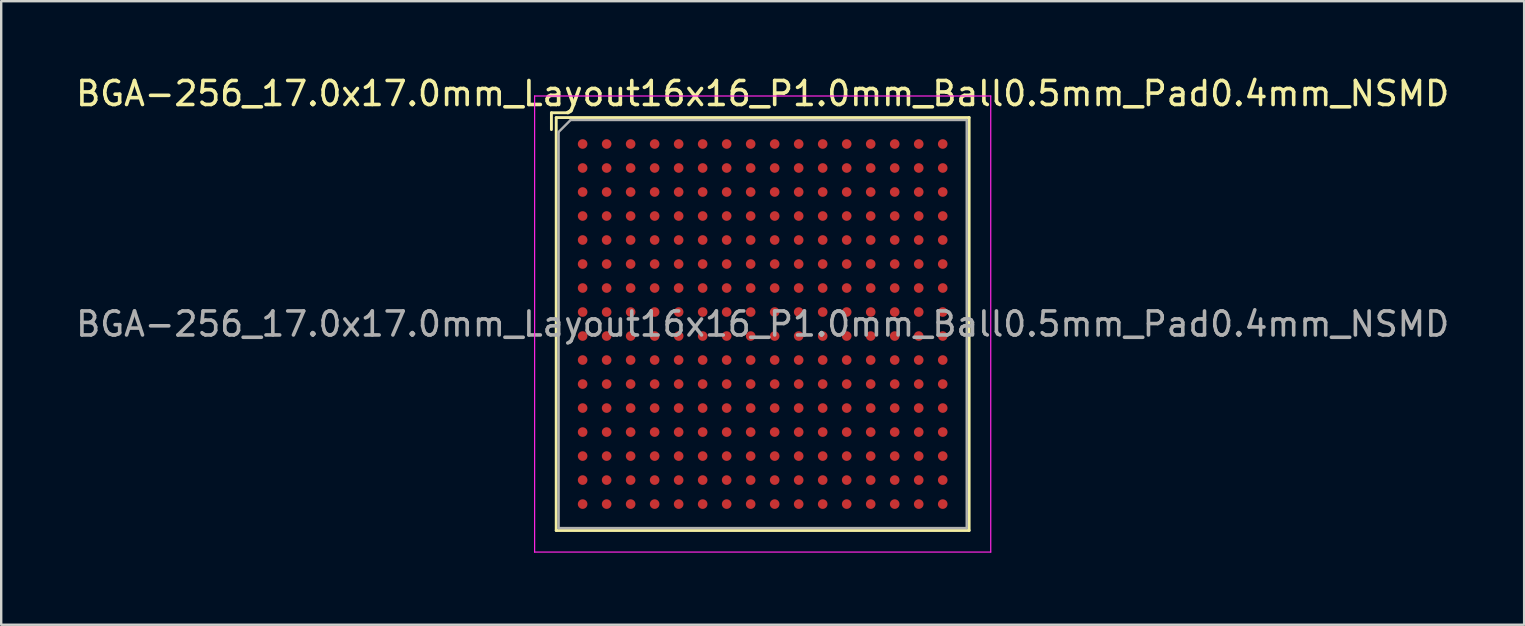
<source format=kicad_pcb>
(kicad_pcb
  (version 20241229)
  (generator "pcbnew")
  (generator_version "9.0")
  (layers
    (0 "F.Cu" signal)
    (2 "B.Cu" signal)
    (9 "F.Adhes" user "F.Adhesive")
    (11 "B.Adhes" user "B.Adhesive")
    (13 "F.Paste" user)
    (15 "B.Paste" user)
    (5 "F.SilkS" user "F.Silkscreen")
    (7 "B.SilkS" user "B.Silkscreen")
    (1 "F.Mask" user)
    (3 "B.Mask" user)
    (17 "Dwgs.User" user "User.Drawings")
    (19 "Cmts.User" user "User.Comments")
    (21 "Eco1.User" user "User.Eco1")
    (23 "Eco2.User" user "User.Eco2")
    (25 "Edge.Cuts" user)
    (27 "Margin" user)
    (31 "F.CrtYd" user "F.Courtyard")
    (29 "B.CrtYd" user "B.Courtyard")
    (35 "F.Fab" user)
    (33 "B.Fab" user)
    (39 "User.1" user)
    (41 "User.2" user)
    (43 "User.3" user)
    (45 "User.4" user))
  (footprint "BGA-256_17.0x17.0mm_Layout16x16_P1.0mm_Ball0.5mm_Pad0.4mm_NSMD"
    (layer "F.Cu")
    (at 28.72 10.448)
    (property "Reference" "BGA-256_17.0x17.0mm_Layout16x16_P1.0mm_Ball0.5mm_Pad0.4mm_NSMD" (at 0 -9.6 0) (layer "F.SilkS") (effects (font (size 1 1) (thickness 0.15))))
    (attr smd)
    (fp_line (start -8.8 -8.8) (end -8.8 -8.1) (stroke (width 0.12) (type solid)) (layer "F.SilkS"))
    (fp_line (start -8.6 -8.6) (end -8.6 8.6) (stroke (width 0.12) (type solid)) (layer "F.SilkS"))
    (fp_line (start -8.6 8.6) (end 8.6 8.6) (stroke (width 0.12) (type solid)) (layer "F.SilkS"))
    (fp_line (start -8.1 -8.8) (end -8.8 -8.8) (stroke (width 0.12) (type solid)) (layer "F.SilkS"))
    (fp_line (start 8.6 -8.6) (end -8.6 -8.6) (stroke (width 0.12) (type solid)) (layer "F.SilkS"))
    (fp_line (start 8.6 8.6) (end 8.6 -8.6) (stroke (width 0.12) (type solid)) (layer "F.SilkS"))
    (fp_line (start -9.5 -9.5) (end -9.5 9.5) (stroke (width 0.05) (type solid)) (layer "F.CrtYd"))
    (fp_line (start -9.5 -9.5) (end 9.5 -9.5) (stroke (width 0.05) (type solid)) (layer "F.CrtYd"))
    (fp_line (start 9.5 9.5) (end -9.5 9.5) (stroke (width 0.05) (type solid)) (layer "F.CrtYd"))
    (fp_line (start 9.5 9.5) (end 9.5 -9.5) (stroke (width 0.05) (type solid)) (layer "F.CrtYd"))
    (fp_line (start -8.5 -8) (end -8.5 8.5) (stroke (width 0.1) (type solid)) (layer "F.Fab"))
    (fp_line (start -8.5 8.5) (end 8.5 8.5) (stroke (width 0.1) (type solid)) (layer "F.Fab"))
    (fp_line (start -8 -8.5) (end -8.5 -8) (stroke (width 0.1) (type solid)) (layer "F.Fab"))
    (fp_line (start 8.5 -8.5) (end -8 -8.5) (stroke (width 0.1) (type solid)) (layer "F.Fab"))
    (fp_line (start 8.5 8.5) (end 8.5 -8.5) (stroke (width 0.1) (type solid)) (layer "F.Fab"))
    (fp_text user "${REFERENCE}" (at 0 0 0) (layer "F.Fab") (effects (font (size 1 1) (thickness 0.15))))
    (pad "A1" smd circle (at -7.5 -7.5) (size 0.4 0.4) (layers "F.Cu" "F.Mask" "F.Paste"))
    (pad "A2" smd circle (at -6.5 -7.5) (size 0.4 0.4) (layers "F.Cu" "F.Mask" "F.Paste"))
    (pad "A3" smd circle (at -5.5 -7.5) (size 0.4 0.4) (layers "F.Cu" "F.Mask" "F.Paste"))
    (pad "A4" smd circle (at -4.5 -7.5) (size 0.4 0.4) (layers "F.Cu" "F.Mask" "F.Paste"))
    (pad "A5" smd circle (at -3.5 -7.5) (size 0.4 0.4) (layers "F.Cu" "F.Mask" "F.Paste"))
    (pad "A6" smd circle (at -2.5 -7.5) (size 0.4 0.4) (layers "F.Cu" "F.Mask" "F.Paste"))
    (pad "A7" smd circle (at -1.5 -7.5) (size 0.4 0.4) (layers "F.Cu" "F.Mask" "F.Paste"))
    (pad "A8" smd circle (at -0.5 -7.5) (size 0.4 0.4) (layers "F.Cu" "F.Mask" "F.Paste"))
    (pad "A9" smd circle (at 0.5 -7.5) (size 0.4 0.4) (layers "F.Cu" "F.Mask" "F.Paste"))
    (pad "A10" smd circle (at 1.5 -7.5) (size 0.4 0.4) (layers "F.Cu" "F.Mask" "F.Paste"))
    (pad "A11" smd circle (at 2.5 -7.5) (size 0.4 0.4) (layers "F.Cu" "F.Mask" "F.Paste"))
    (pad "A12" smd circle (at 3.5 -7.5) (size 0.4 0.4) (layers "F.Cu" "F.Mask" "F.Paste"))
    (pad "A13" smd circle (at 4.5 -7.5) (size 0.4 0.4) (layers "F.Cu" "F.Mask" "F.Paste"))
    (pad "A14" smd circle (at 5.5 -7.5) (size 0.4 0.4) (layers "F.Cu" "F.Mask" "F.Paste"))
    (pad "A15" smd circle (at 6.5 -7.5) (size 0.4 0.4) (layers "F.Cu" "F.Mask" "F.Paste"))
    (pad "A16" smd circle (at 7.5 -7.5) (size 0.4 0.4) (layers "F.Cu" "F.Mask" "F.Paste"))
    (pad "B1" smd circle (at -7.5 -6.5) (size 0.4 0.4) (layers "F.Cu" "F.Mask" "F.Paste"))
    (pad "B2" smd circle (at -6.5 -6.5) (size 0.4 0.4) (layers "F.Cu" "F.Mask" "F.Paste"))
    (pad "B3" smd circle (at -5.5 -6.5) (size 0.4 0.4) (layers "F.Cu" "F.Mask" "F.Paste"))
    (pad "B4" smd circle (at -4.5 -6.5) (size 0.4 0.4) (layers "F.Cu" "F.Mask" "F.Paste"))
    (pad "B5" smd circle (at -3.5 -6.5) (size 0.4 0.4) (layers "F.Cu" "F.Mask" "F.Paste"))
    (pad "B6" smd circle (at -2.5 -6.5) (size 0.4 0.4) (layers "F.Cu" "F.Mask" "F.Paste"))
    (pad "B7" smd circle (at -1.5 -6.5) (size 0.4 0.4) (layers "F.Cu" "F.Mask" "F.Paste"))
    (pad "B8" smd circle (at -0.5 -6.5) (size 0.4 0.4) (layers "F.Cu" "F.Mask" "F.Paste"))
    (pad "B9" smd circle (at 0.5 -6.5) (size 0.4 0.4) (layers "F.Cu" "F.Mask" "F.Paste"))
    (pad "B10" smd circle (at 1.5 -6.5) (size 0.4 0.4) (layers "F.Cu" "F.Mask" "F.Paste"))
    (pad "B11" smd circle (at 2.5 -6.5) (size 0.4 0.4) (layers "F.Cu" "F.Mask" "F.Paste"))
    (pad "B12" smd circle (at 3.5 -6.5) (size 0.4 0.4) (layers "F.Cu" "F.Mask" "F.Paste"))
    (pad "B13" smd circle (at 4.5 -6.5) (size 0.4 0.4) (layers "F.Cu" "F.Mask" "F.Paste"))
    (pad "B14" smd circle (at 5.5 -6.5) (size 0.4 0.4) (layers "F.Cu" "F.Mask" "F.Paste"))
    (pad "B15" smd circle (at 6.5 -6.5) (size 0.4 0.4) (layers "F.Cu" "F.Mask" "F.Paste"))
    (pad "B16" smd circle (at 7.5 -6.5) (size 0.4 0.4) (layers "F.Cu" "F.Mask" "F.Paste"))
    (pad "C1" smd circle (at -7.5 -5.5) (size 0.4 0.4) (layers "F.Cu" "F.Mask" "F.Paste"))
    (pad "C2" smd circle (at -6.5 -5.5) (size 0.4 0.4) (layers "F.Cu" "F.Mask" "F.Paste"))
    (pad "C3" smd circle (at -5.5 -5.5) (size 0.4 0.4) (layers "F.Cu" "F.Mask" "F.Paste"))
    (pad "C4" smd circle (at -4.5 -5.5) (size 0.4 0.4) (layers "F.Cu" "F.Mask" "F.Paste"))
    (pad "C5" smd circle (at -3.5 -5.5) (size 0.4 0.4) (layers "F.Cu" "F.Mask" "F.Paste"))
    (pad "C6" smd circle (at -2.5 -5.5) (size 0.4 0.4) (layers "F.Cu" "F.Mask" "F.Paste"))
    (pad "C7" smd circle (at -1.5 -5.5) (size 0.4 0.4) (layers "F.Cu" "F.Mask" "F.Paste"))
    (pad "C8" smd circle (at -0.5 -5.5) (size 0.4 0.4) (layers "F.Cu" "F.Mask" "F.Paste"))
    (pad "C9" smd circle (at 0.5 -5.5) (size 0.4 0.4) (layers "F.Cu" "F.Mask" "F.Paste"))
    (pad "C10" smd circle (at 1.5 -5.5) (size 0.4 0.4) (layers "F.Cu" "F.Mask" "F.Paste"))
    (pad "C11" smd circle (at 2.5 -5.5) (size 0.4 0.4) (layers "F.Cu" "F.Mask" "F.Paste"))
    (pad "C12" smd circle (at 3.5 -5.5) (size 0.4 0.4) (layers "F.Cu" "F.Mask" "F.Paste"))
    (pad "C13" smd circle (at 4.5 -5.5) (size 0.4 0.4) (layers "F.Cu" "F.Mask" "F.Paste"))
    (pad "C14" smd circle (at 5.5 -5.5) (size 0.4 0.4) (layers "F.Cu" "F.Mask" "F.Paste"))
    (pad "C15" smd circle (at 6.5 -5.5) (size 0.4 0.4) (layers "F.Cu" "F.Mask" "F.Paste"))
    (pad "C16" smd circle (at 7.5 -5.5) (size 0.4 0.4) (layers "F.Cu" "F.Mask" "F.Paste"))
    (pad "D1" smd circle (at -7.5 -4.5) (size 0.4 0.4) (layers "F.Cu" "F.Mask" "F.Paste"))
    (pad "D2" smd circle (at -6.5 -4.5) (size 0.4 0.4) (layers "F.Cu" "F.Mask" "F.Paste"))
    (pad "D3" smd circle (at -5.5 -4.5) (size 0.4 0.4) (layers "F.Cu" "F.Mask" "F.Paste"))
    (pad "D4" smd circle (at -4.5 -4.5) (size 0.4 0.4) (layers "F.Cu" "F.Mask" "F.Paste"))
    (pad "D5" smd circle (at -3.5 -4.5) (size 0.4 0.4) (layers "F.Cu" "F.Mask" "F.Paste"))
    (pad "D6" smd circle (at -2.5 -4.5) (size 0.4 0.4) (layers "F.Cu" "F.Mask" "F.Paste"))
    (pad "D7" smd circle (at -1.5 -4.5) (size 0.4 0.4) (layers "F.Cu" "F.Mask" "F.Paste"))
    (pad "D8" smd circle (at -0.5 -4.5) (size 0.4 0.4) (layers "F.Cu" "F.Mask" "F.Paste"))
    (pad "D9" smd circle (at 0.5 -4.5) (size 0.4 0.4) (layers "F.Cu" "F.Mask" "F.Paste"))
    (pad "D10" smd circle (at 1.5 -4.5) (size 0.4 0.4) (layers "F.Cu" "F.Mask" "F.Paste"))
    (pad "D11" smd circle (at 2.5 -4.5) (size 0.4 0.4) (layers "F.Cu" "F.Mask" "F.Paste"))
    (pad "D12" smd circle (at 3.5 -4.5) (size 0.4 0.4) (layers "F.Cu" "F.Mask" "F.Paste"))
    (pad "D13" smd circle (at 4.5 -4.5) (size 0.4 0.4) (layers "F.Cu" "F.Mask" "F.Paste"))
    (pad "D14" smd circle (at 5.5 -4.5) (size 0.4 0.4) (layers "F.Cu" "F.Mask" "F.Paste"))
    (pad "D15" smd circle (at 6.5 -4.5) (size 0.4 0.4) (layers "F.Cu" "F.Mask" "F.Paste"))
    (pad "D16" smd circle (at 7.5 -4.5) (size 0.4 0.4) (layers "F.Cu" "F.Mask" "F.Paste"))
    (pad "E1" smd circle (at -7.5 -3.5) (size 0.4 0.4) (layers "F.Cu" "F.Mask" "F.Paste"))
    (pad "E2" smd circle (at -6.5 -3.5) (size 0.4 0.4) (layers "F.Cu" "F.Mask" "F.Paste"))
    (pad "E3" smd circle (at -5.5 -3.5) (size 0.4 0.4) (layers "F.Cu" "F.Mask" "F.Paste"))
    (pad "E4" smd circle (at -4.5 -3.5) (size 0.4 0.4) (layers "F.Cu" "F.Mask" "F.Paste"))
    (pad "E5" smd circle (at -3.5 -3.5) (size 0.4 0.4) (layers "F.Cu" "F.Mask" "F.Paste"))
    (pad "E6" smd circle (at -2.5 -3.5) (size 0.4 0.4) (layers "F.Cu" "F.Mask" "F.Paste"))
    (pad "E7" smd circle (at -1.5 -3.5) (size 0.4 0.4) (layers "F.Cu" "F.Mask" "F.Paste"))
    (pad "E8" smd circle (at -0.5 -3.5) (size 0.4 0.4) (layers "F.Cu" "F.Mask" "F.Paste"))
    (pad "E9" smd circle (at 0.5 -3.5) (size 0.4 0.4) (layers "F.Cu" "F.Mask" "F.Paste"))
    (pad "E10" smd circle (at 1.5 -3.5) (size 0.4 0.4) (layers "F.Cu" "F.Mask" "F.Paste"))
    (pad "E11" smd circle (at 2.5 -3.5) (size 0.4 0.4) (layers "F.Cu" "F.Mask" "F.Paste"))
    (pad "E12" smd circle (at 3.5 -3.5) (size 0.4 0.4) (layers "F.Cu" "F.Mask" "F.Paste"))
    (pad "E13" smd circle (at 4.5 -3.5) (size 0.4 0.4) (layers "F.Cu" "F.Mask" "F.Paste"))
    (pad "E14" smd circle (at 5.5 -3.5) (size 0.4 0.4) (layers "F.Cu" "F.Mask" "F.Paste"))
    (pad "E15" smd circle (at 6.5 -3.5) (size 0.4 0.4) (layers "F.Cu" "F.Mask" "F.Paste"))
    (pad "E16" smd circle (at 7.5 -3.5) (size 0.4 0.4) (layers "F.Cu" "F.Mask" "F.Paste"))
    (pad "F1" smd circle (at -7.5 -2.5) (size 0.4 0.4) (layers "F.Cu" "F.Mask" "F.Paste"))
    (pad "F2" smd circle (at -6.5 -2.5) (size 0.4 0.4) (layers "F.Cu" "F.Mask" "F.Paste"))
    (pad "F3" smd circle (at -5.5 -2.5) (size 0.4 0.4) (layers "F.Cu" "F.Mask" "F.Paste"))
    (pad "F4" smd circle (at -4.5 -2.5) (size 0.4 0.4) (layers "F.Cu" "F.Mask" "F.Paste"))
    (pad "F5" smd circle (at -3.5 -2.5) (size 0.4 0.4) (layers "F.Cu" "F.Mask" "F.Paste"))
    (pad "F6" smd circle (at -2.5 -2.5) (size 0.4 0.4) (layers "F.Cu" "F.Mask" "F.Paste"))
    (pad "F7" smd circle (at -1.5 -2.5) (size 0.4 0.4) (layers "F.Cu" "F.Mask" "F.Paste"))
    (pad "F8" smd circle (at -0.5 -2.5) (size 0.4 0.4) (layers "F.Cu" "F.Mask" "F.Paste"))
    (pad "F9" smd circle (at 0.5 -2.5) (size 0.4 0.4) (layers "F.Cu" "F.Mask" "F.Paste"))
    (pad "F10" smd circle (at 1.5 -2.5) (size 0.4 0.4) (layers "F.Cu" "F.Mask" "F.Paste"))
    (pad "F11" smd circle (at 2.5 -2.5) (size 0.4 0.4) (layers "F.Cu" "F.Mask" "F.Paste"))
    (pad "F12" smd circle (at 3.5 -2.5) (size 0.4 0.4) (layers "F.Cu" "F.Mask" "F.Paste"))
    (pad "F13" smd circle (at 4.5 -2.5) (size 0.4 0.4) (layers "F.Cu" "F.Mask" "F.Paste"))
    (pad "F14" smd circle (at 5.5 -2.5) (size 0.4 0.4) (layers "F.Cu" "F.Mask" "F.Paste"))
    (pad "F15" smd circle (at 6.5 -2.5) (size 0.4 0.4) (layers "F.Cu" "F.Mask" "F.Paste"))
    (pad "F16" smd circle (at 7.5 -2.5) (size 0.4 0.4) (layers "F.Cu" "F.Mask" "F.Paste"))
    (pad "G1" smd circle (at -7.5 -1.5) (size 0.4 0.4) (layers "F.Cu" "F.Mask" "F.Paste"))
    (pad "G2" smd circle (at -6.5 -1.5) (size 0.4 0.4) (layers "F.Cu" "F.Mask" "F.Paste"))
    (pad "G3" smd circle (at -5.5 -1.5) (size 0.4 0.4) (layers "F.Cu" "F.Mask" "F.Paste"))
    (pad "G4" smd circle (at -4.5 -1.5) (size 0.4 0.4) (layers "F.Cu" "F.Mask" "F.Paste"))
    (pad "G5" smd circle (at -3.5 -1.5) (size 0.4 0.4) (layers "F.Cu" "F.Mask" "F.Paste"))
    (pad "G6" smd circle (at -2.5 -1.5) (size 0.4 0.4) (layers "F.Cu" "F.Mask" "F.Paste"))
    (pad "G7" smd circle (at -1.5 -1.5) (size 0.4 0.4) (layers "F.Cu" "F.Mask" "F.Paste"))
    (pad "G8" smd circle (at -0.5 -1.5) (size 0.4 0.4) (layers "F.Cu" "F.Mask" "F.Paste"))
    (pad "G9" smd circle (at 0.5 -1.5) (size 0.4 0.4) (layers "F.Cu" "F.Mask" "F.Paste"))
    (pad "G10" smd circle (at 1.5 -1.5) (size 0.4 0.4) (layers "F.Cu" "F.Mask" "F.Paste"))
    (pad "G11" smd circle (at 2.5 -1.5) (size 0.4 0.4) (layers "F.Cu" "F.Mask" "F.Paste"))
    (pad "G12" smd circle (at 3.5 -1.5) (size 0.4 0.4) (layers "F.Cu" "F.Mask" "F.Paste"))
    (pad "G13" smd circle (at 4.5 -1.5) (size 0.4 0.4) (layers "F.Cu" "F.Mask" "F.Paste"))
    (pad "G14" smd circle (at 5.5 -1.5) (size 0.4 0.4) (layers "F.Cu" "F.Mask" "F.Paste"))
    (pad "G15" smd circle (at 6.5 -1.5) (size 0.4 0.4) (layers "F.Cu" "F.Mask" "F.Paste"))
    (pad "G16" smd circle (at 7.5 -1.5) (size 0.4 0.4) (layers "F.Cu" "F.Mask" "F.Paste"))
    (pad "H1" smd circle (at -7.5 -0.5) (size 0.4 0.4) (layers "F.Cu" "F.Mask" "F.Paste"))
    (pad "H2" smd circle (at -6.5 -0.5) (size 0.4 0.4) (layers "F.Cu" "F.Mask" "F.Paste"))
    (pad "H3" smd circle (at -5.5 -0.5) (size 0.4 0.4) (layers "F.Cu" "F.Mask" "F.Paste"))
    (pad "H4" smd circle (at -4.5 -0.5) (size 0.4 0.4) (layers "F.Cu" "F.Mask" "F.Paste"))
    (pad "H5" smd circle (at -3.5 -0.5) (size 0.4 0.4) (layers "F.Cu" "F.Mask" "F.Paste"))
    (pad "H6" smd circle (at -2.5 -0.5) (size 0.4 0.4) (layers "F.Cu" "F.Mask" "F.Paste"))
    (pad "H7" smd circle (at -1.5 -0.5) (size 0.4 0.4) (layers "F.Cu" "F.Mask" "F.Paste"))
    (pad "H8" smd circle (at -0.5 -0.5) (size 0.4 0.4) (layers "F.Cu" "F.Mask" "F.Paste"))
    (pad "H9" smd circle (at 0.5 -0.5) (size 0.4 0.4) (layers "F.Cu" "F.Mask" "F.Paste"))
    (pad "H10" smd circle (at 1.5 -0.5) (size 0.4 0.4) (layers "F.Cu" "F.Mask" "F.Paste"))
    (pad "H11" smd circle (at 2.5 -0.5) (size 0.4 0.4) (layers "F.Cu" "F.Mask" "F.Paste"))
    (pad "H12" smd circle (at 3.5 -0.5) (size 0.4 0.4) (layers "F.Cu" "F.Mask" "F.Paste"))
    (pad "H13" smd circle (at 4.5 -0.5) (size 0.4 0.4) (layers "F.Cu" "F.Mask" "F.Paste"))
    (pad "H14" smd circle (at 5.5 -0.5) (size 0.4 0.4) (layers "F.Cu" "F.Mask" "F.Paste"))
    (pad "H15" smd circle (at 6.5 -0.5) (size 0.4 0.4) (layers "F.Cu" "F.Mask" "F.Paste"))
    (pad "H16" smd circle (at 7.5 -0.5) (size 0.4 0.4) (layers "F.Cu" "F.Mask" "F.Paste"))
    (pad "J1" smd circle (at -7.5 0.5) (size 0.4 0.4) (layers "F.Cu" "F.Mask" "F.Paste"))
    (pad "J2" smd circle (at -6.5 0.5) (size 0.4 0.4) (layers "F.Cu" "F.Mask" "F.Paste"))
    (pad "J3" smd circle (at -5.5 0.5) (size 0.4 0.4) (layers "F.Cu" "F.Mask" "F.Paste"))
    (pad "J4" smd circle (at -4.5 0.5) (size 0.4 0.4) (layers "F.Cu" "F.Mask" "F.Paste"))
    (pad "J5" smd circle (at -3.5 0.5) (size 0.4 0.4) (layers "F.Cu" "F.Mask" "F.Paste"))
    (pad "J6" smd circle (at -2.5 0.5) (size 0.4 0.4) (layers "F.Cu" "F.Mask" "F.Paste"))
    (pad "J7" smd circle (at -1.5 0.5) (size 0.4 0.4) (layers "F.Cu" "F.Mask" "F.Paste"))
    (pad "J8" smd circle (at -0.5 0.5) (size 0.4 0.4) (layers "F.Cu" "F.Mask" "F.Paste"))
    (pad "J9" smd circle (at 0.5 0.5) (size 0.4 0.4) (layers "F.Cu" "F.Mask" "F.Paste"))
    (pad "J10" smd circle (at 1.5 0.5) (size 0.4 0.4) (layers "F.Cu" "F.Mask" "F.Paste"))
    (pad "J11" smd circle (at 2.5 0.5) (size 0.4 0.4) (layers "F.Cu" "F.Mask" "F.Paste"))
    (pad "J12" smd circle (at 3.5 0.5) (size 0.4 0.4) (layers "F.Cu" "F.Mask" "F.Paste"))
    (pad "J13" smd circle (at 4.5 0.5) (size 0.4 0.4) (layers "F.Cu" "F.Mask" "F.Paste"))
    (pad "J14" smd circle (at 5.5 0.5) (size 0.4 0.4) (layers "F.Cu" "F.Mask" "F.Paste"))
    (pad "J15" smd circle (at 6.5 0.5) (size 0.4 0.4) (layers "F.Cu" "F.Mask" "F.Paste"))
    (pad "J16" smd circle (at 7.5 0.5) (size 0.4 0.4) (layers "F.Cu" "F.Mask" "F.Paste"))
    (pad "K1" smd circle (at -7.5 1.5) (size 0.4 0.4) (layers "F.Cu" "F.Mask" "F.Paste"))
    (pad "K2" smd circle (at -6.5 1.5) (size 0.4 0.4) (layers "F.Cu" "F.Mask" "F.Paste"))
    (pad "K3" smd circle (at -5.5 1.5) (size 0.4 0.4) (layers "F.Cu" "F.Mask" "F.Paste"))
    (pad "K4" smd circle (at -4.5 1.5) (size 0.4 0.4) (layers "F.Cu" "F.Mask" "F.Paste"))
    (pad "K5" smd circle (at -3.5 1.5) (size 0.4 0.4) (layers "F.Cu" "F.Mask" "F.Paste"))
    (pad "K6" smd circle (at -2.5 1.5) (size 0.4 0.4) (layers "F.Cu" "F.Mask" "F.Paste"))
    (pad "K7" smd circle (at -1.5 1.5) (size 0.4 0.4) (layers "F.Cu" "F.Mask" "F.Paste"))
    (pad "K8" smd circle (at -0.5 1.5) (size 0.4 0.4) (layers "F.Cu" "F.Mask" "F.Paste"))
    (pad "K9" smd circle (at 0.5 1.5) (size 0.4 0.4) (layers "F.Cu" "F.Mask" "F.Paste"))
    (pad "K10" smd circle (at 1.5 1.5) (size 0.4 0.4) (layers "F.Cu" "F.Mask" "F.Paste"))
    (pad "K11" smd circle (at 2.5 1.5) (size 0.4 0.4) (layers "F.Cu" "F.Mask" "F.Paste"))
    (pad "K12" smd circle (at 3.5 1.5) (size 0.4 0.4) (layers "F.Cu" "F.Mask" "F.Paste"))
    (pad "K13" smd circle (at 4.5 1.5) (size 0.4 0.4) (layers "F.Cu" "F.Mask" "F.Paste"))
    (pad "K14" smd circle (at 5.5 1.5) (size 0.4 0.4) (layers "F.Cu" "F.Mask" "F.Paste"))
    (pad "K15" smd circle (at 6.5 1.5) (size 0.4 0.4) (layers "F.Cu" "F.Mask" "F.Paste"))
    (pad "K16" smd circle (at 7.5 1.5) (size 0.4 0.4) (layers "F.Cu" "F.Mask" "F.Paste"))
    (pad "L1" smd circle (at -7.5 2.5) (size 0.4 0.4) (layers "F.Cu" "F.Mask" "F.Paste"))
    (pad "L2" smd circle (at -6.5 2.5) (size 0.4 0.4) (layers "F.Cu" "F.Mask" "F.Paste"))
    (pad "L3" smd circle (at -5.5 2.5) (size 0.4 0.4) (layers "F.Cu" "F.Mask" "F.Paste"))
    (pad "L4" smd circle (at -4.5 2.5) (size 0.4 0.4) (layers "F.Cu" "F.Mask" "F.Paste"))
    (pad "L5" smd circle (at -3.5 2.5) (size 0.4 0.4) (layers "F.Cu" "F.Mask" "F.Paste"))
    (pad "L6" smd circle (at -2.5 2.5) (size 0.4 0.4) (layers "F.Cu" "F.Mask" "F.Paste"))
    (pad "L7" smd circle (at -1.5 2.5) (size 0.4 0.4) (layers "F.Cu" "F.Mask" "F.Paste"))
    (pad "L8" smd circle (at -0.5 2.5) (size 0.4 0.4) (layers "F.Cu" "F.Mask" "F.Paste"))
    (pad "L9" smd circle (at 0.5 2.5) (size 0.4 0.4) (layers "F.Cu" "F.Mask" "F.Paste"))
    (pad "L10" smd circle (at 1.5 2.5) (size 0.4 0.4) (layers "F.Cu" "F.Mask" "F.Paste"))
    (pad "L11" smd circle (at 2.5 2.5) (size 0.4 0.4) (layers "F.Cu" "F.Mask" "F.Paste"))
    (pad "L12" smd circle (at 3.5 2.5) (size 0.4 0.4) (layers "F.Cu" "F.Mask" "F.Paste"))
    (pad "L13" smd circle (at 4.5 2.5) (size 0.4 0.4) (layers "F.Cu" "F.Mask" "F.Paste"))
    (pad "L14" smd circle (at 5.5 2.5) (size 0.4 0.4) (layers "F.Cu" "F.Mask" "F.Paste"))
    (pad "L15" smd circle (at 6.5 2.5) (size 0.4 0.4) (layers "F.Cu" "F.Mask" "F.Paste"))
    (pad "L16" smd circle (at 7.5 2.5) (size 0.4 0.4) (layers "F.Cu" "F.Mask" "F.Paste"))
    (pad "M1" smd circle (at -7.5 3.5) (size 0.4 0.4) (layers "F.Cu" "F.Mask" "F.Paste"))
    (pad "M2" smd circle (at -6.5 3.5) (size 0.4 0.4) (layers "F.Cu" "F.Mask" "F.Paste"))
    (pad "M3" smd circle (at -5.5 3.5) (size 0.4 0.4) (layers "F.Cu" "F.Mask" "F.Paste"))
    (pad "M4" smd circle (at -4.5 3.5) (size 0.4 0.4) (layers "F.Cu" "F.Mask" "F.Paste"))
    (pad "M5" smd circle (at -3.5 3.5) (size 0.4 0.4) (layers "F.Cu" "F.Mask" "F.Paste"))
    (pad "M6" smd circle (at -2.5 3.5) (size 0.4 0.4) (layers "F.Cu" "F.Mask" "F.Paste"))
    (pad "M7" smd circle (at -1.5 3.5) (size 0.4 0.4) (layers "F.Cu" "F.Mask" "F.Paste"))
    (pad "M8" smd circle (at -0.5 3.5) (size 0.4 0.4) (layers "F.Cu" "F.Mask" "F.Paste"))
    (pad "M9" smd circle (at 0.5 3.5) (size 0.4 0.4) (layers "F.Cu" "F.Mask" "F.Paste"))
    (pad "M10" smd circle (at 1.5 3.5) (size 0.4 0.4) (layers "F.Cu" "F.Mask" "F.Paste"))
    (pad "M11" smd circle (at 2.5 3.5) (size 0.4 0.4) (layers "F.Cu" "F.Mask" "F.Paste"))
    (pad "M12" smd circle (at 3.5 3.5) (size 0.4 0.4) (layers "F.Cu" "F.Mask" "F.Paste"))
    (pad "M13" smd circle (at 4.5 3.5) (size 0.4 0.4) (layers "F.Cu" "F.Mask" "F.Paste"))
    (pad "M14" smd circle (at 5.5 3.5) (size 0.4 0.4) (layers "F.Cu" "F.Mask" "F.Paste"))
    (pad "M15" smd circle (at 6.5 3.5) (size 0.4 0.4) (layers "F.Cu" "F.Mask" "F.Paste"))
    (pad "M16" smd circle (at 7.5 3.5) (size 0.4 0.4) (layers "F.Cu" "F.Mask" "F.Paste"))
    (pad "N1" smd circle (at -7.5 4.5) (size 0.4 0.4) (layers "F.Cu" "F.Mask" "F.Paste"))
    (pad "N2" smd circle (at -6.5 4.5) (size 0.4 0.4) (layers "F.Cu" "F.Mask" "F.Paste"))
    (pad "N3" smd circle (at -5.5 4.5) (size 0.4 0.4) (layers "F.Cu" "F.Mask" "F.Paste"))
    (pad "N4" smd circle (at -4.5 4.5) (size 0.4 0.4) (layers "F.Cu" "F.Mask" "F.Paste"))
    (pad "N5" smd circle (at -3.5 4.5) (size 0.4 0.4) (layers "F.Cu" "F.Mask" "F.Paste"))
    (pad "N6" smd circle (at -2.5 4.5) (size 0.4 0.4) (layers "F.Cu" "F.Mask" "F.Paste"))
    (pad "N7" smd circle (at -1.5 4.5) (size 0.4 0.4) (layers "F.Cu" "F.Mask" "F.Paste"))
    (pad "N8" smd circle (at -0.5 4.5) (size 0.4 0.4) (layers "F.Cu" "F.Mask" "F.Paste"))
    (pad "N9" smd circle (at 0.5 4.5) (size 0.4 0.4) (layers "F.Cu" "F.Mask" "F.Paste"))
    (pad "N10" smd circle (at 1.5 4.5) (size 0.4 0.4) (layers "F.Cu" "F.Mask" "F.Paste"))
    (pad "N11" smd circle (at 2.5 4.5) (size 0.4 0.4) (layers "F.Cu" "F.Mask" "F.Paste"))
    (pad "N12" smd circle (at 3.5 4.5) (size 0.4 0.4) (layers "F.Cu" "F.Mask" "F.Paste"))
    (pad "N13" smd circle (at 4.5 4.5) (size 0.4 0.4) (layers "F.Cu" "F.Mask" "F.Paste"))
    (pad "N14" smd circle (at 5.5 4.5) (size 0.4 0.4) (layers "F.Cu" "F.Mask" "F.Paste"))
    (pad "N15" smd circle (at 6.5 4.5) (size 0.4 0.4) (layers "F.Cu" "F.Mask" "F.Paste"))
    (pad "N16" smd circle (at 7.5 4.5) (size 0.4 0.4) (layers "F.Cu" "F.Mask" "F.Paste"))
    (pad "P1" smd circle (at -7.5 5.5) (size 0.4 0.4) (layers "F.Cu" "F.Mask" "F.Paste"))
    (pad "P2" smd circle (at -6.5 5.5) (size 0.4 0.4) (layers "F.Cu" "F.Mask" "F.Paste"))
    (pad "P3" smd circle (at -5.5 5.5) (size 0.4 0.4) (layers "F.Cu" "F.Mask" "F.Paste"))
    (pad "P4" smd circle (at -4.5 5.5) (size 0.4 0.4) (layers "F.Cu" "F.Mask" "F.Paste"))
    (pad "P5" smd circle (at -3.5 5.5) (size 0.4 0.4) (layers "F.Cu" "F.Mask" "F.Paste"))
    (pad "P6" smd circle (at -2.5 5.5) (size 0.4 0.4) (layers "F.Cu" "F.Mask" "F.Paste"))
    (pad "P7" smd circle (at -1.5 5.5) (size 0.4 0.4) (layers "F.Cu" "F.Mask" "F.Paste"))
    (pad "P8" smd circle (at -0.5 5.5) (size 0.4 0.4) (layers "F.Cu" "F.Mask" "F.Paste"))
    (pad "P9" smd circle (at 0.5 5.5) (size 0.4 0.4) (layers "F.Cu" "F.Mask" "F.Paste"))
    (pad "P10" smd circle (at 1.5 5.5) (size 0.4 0.4) (layers "F.Cu" "F.Mask" "F.Paste"))
    (pad "P11" smd circle (at 2.5 5.5) (size 0.4 0.4) (layers "F.Cu" "F.Mask" "F.Paste"))
    (pad "P12" smd circle (at 3.5 5.5) (size 0.4 0.4) (layers "F.Cu" "F.Mask" "F.Paste"))
    (pad "P13" smd circle (at 4.5 5.5) (size 0.4 0.4) (layers "F.Cu" "F.Mask" "F.Paste"))
    (pad "P14" smd circle (at 5.5 5.5) (size 0.4 0.4) (layers "F.Cu" "F.Mask" "F.Paste"))
    (pad "P15" smd circle (at 6.5 5.5) (size 0.4 0.4) (layers "F.Cu" "F.Mask" "F.Paste"))
    (pad "P16" smd circle (at 7.5 5.5) (size 0.4 0.4) (layers "F.Cu" "F.Mask" "F.Paste"))
    (pad "R1" smd circle (at -7.5 6.5) (size 0.4 0.4) (layers "F.Cu" "F.Mask" "F.Paste"))
    (pad "R2" smd circle (at -6.5 6.5) (size 0.4 0.4) (layers "F.Cu" "F.Mask" "F.Paste"))
    (pad "R3" smd circle (at -5.5 6.5) (size 0.4 0.4) (layers "F.Cu" "F.Mask" "F.Paste"))
    (pad "R4" smd circle (at -4.5 6.5) (size 0.4 0.4) (layers "F.Cu" "F.Mask" "F.Paste"))
    (pad "R5" smd circle (at -3.5 6.5) (size 0.4 0.4) (layers "F.Cu" "F.Mask" "F.Paste"))
    (pad "R6" smd circle (at -2.5 6.5) (size 0.4 0.4) (layers "F.Cu" "F.Mask" "F.Paste"))
    (pad "R7" smd circle (at -1.5 6.5) (size 0.4 0.4) (layers "F.Cu" "F.Mask" "F.Paste"))
    (pad "R8" smd circle (at -0.5 6.5) (size 0.4 0.4) (layers "F.Cu" "F.Mask" "F.Paste"))
    (pad "R9" smd circle (at 0.5 6.5) (size 0.4 0.4) (layers "F.Cu" "F.Mask" "F.Paste"))
    (pad "R10" smd circle (at 1.5 6.5) (size 0.4 0.4) (layers "F.Cu" "F.Mask" "F.Paste"))
    (pad "R11" smd circle (at 2.5 6.5) (size 0.4 0.4) (layers "F.Cu" "F.Mask" "F.Paste"))
    (pad "R12" smd circle (at 3.5 6.5) (size 0.4 0.4) (layers "F.Cu" "F.Mask" "F.Paste"))
    (pad "R13" smd circle (at 4.5 6.5) (size 0.4 0.4) (layers "F.Cu" "F.Mask" "F.Paste"))
    (pad "R14" smd circle (at 5.5 6.5) (size 0.4 0.4) (layers "F.Cu" "F.Mask" "F.Paste"))
    (pad "R15" smd circle (at 6.5 6.5) (size 0.4 0.4) (layers "F.Cu" "F.Mask" "F.Paste"))
    (pad "R16" smd circle (at 7.5 6.5) (size 0.4 0.4) (layers "F.Cu" "F.Mask" "F.Paste"))
    (pad "T1" smd circle (at -7.5 7.5) (size 0.4 0.4) (layers "F.Cu" "F.Mask" "F.Paste"))
    (pad "T2" smd circle (at -6.5 7.5) (size 0.4 0.4) (layers "F.Cu" "F.Mask" "F.Paste"))
    (pad "T3" smd circle (at -5.5 7.5) (size 0.4 0.4) (layers "F.Cu" "F.Mask" "F.Paste"))
    (pad "T4" smd circle (at -4.5 7.5) (size 0.4 0.4) (layers "F.Cu" "F.Mask" "F.Paste"))
    (pad "T5" smd circle (at -3.5 7.5) (size 0.4 0.4) (layers "F.Cu" "F.Mask" "F.Paste"))
    (pad "T6" smd circle (at -2.5 7.5) (size 0.4 0.4) (layers "F.Cu" "F.Mask" "F.Paste"))
    (pad "T7" smd circle (at -1.5 7.5) (size 0.4 0.4) (layers "F.Cu" "F.Mask" "F.Paste"))
    (pad "T8" smd circle (at -0.5 7.5) (size 0.4 0.4) (layers "F.Cu" "F.Mask" "F.Paste"))
    (pad "T9" smd circle (at 0.5 7.5) (size 0.4 0.4) (layers "F.Cu" "F.Mask" "F.Paste"))
    (pad "T10" smd circle (at 1.5 7.5) (size 0.4 0.4) (layers "F.Cu" "F.Mask" "F.Paste"))
    (pad "T11" smd circle (at 2.5 7.5) (size 0.4 0.4) (layers "F.Cu" "F.Mask" "F.Paste"))
    (pad "T12" smd circle (at 3.5 7.5) (size 0.4 0.4) (layers "F.Cu" "F.Mask" "F.Paste"))
    (pad "T13" smd circle (at 4.5 7.5) (size 0.4 0.4) (layers "F.Cu" "F.Mask" "F.Paste"))
    (pad "T14" smd circle (at 5.5 7.5) (size 0.4 0.4) (layers "F.Cu" "F.Mask" "F.Paste"))
    (pad "T15" smd circle (at 6.5 7.5) (size 0.4 0.4) (layers "F.Cu" "F.Mask" "F.Paste"))
    (pad "T16" smd circle (at 7.5 7.5) (size 0.4 0.4) (layers "F.Cu" "F.Mask" "F.Paste")))
  (gr_rect
    (start -3 -3)
    (end 60.44 22.973)
    (stroke (width 0.1) (type default))
    (fill no)
    (layer "Edge.Cuts")))
</source>
